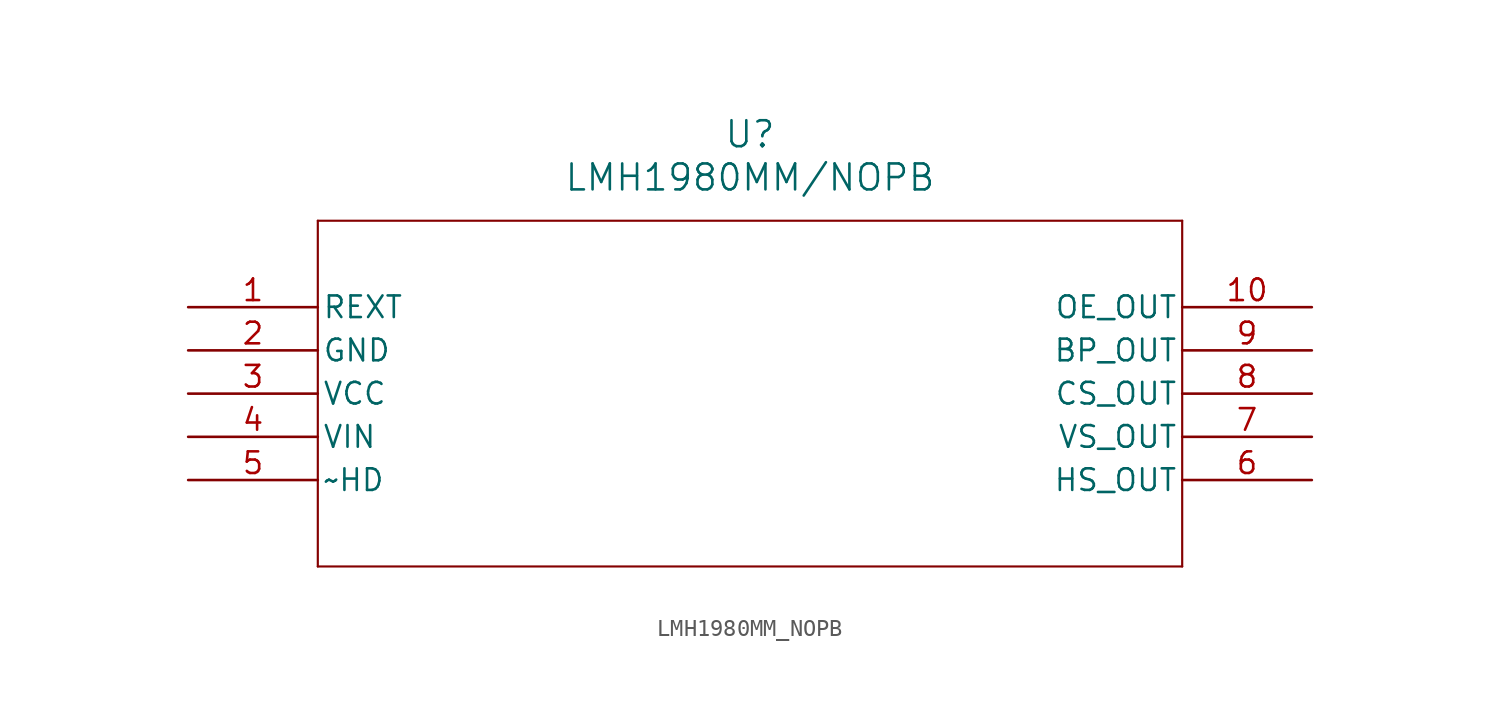
<source format=kicad_sym>
(kicad_symbol_lib
  (version 20231120)
  (generator "kicad_symbol_editor")
  (generator_version "8.0")
  (symbol "LMH1980MM_NOPB"
    (pin_names
      (offset 0.254))
    (property "Reference" "U"
      (at 33.02 10.16 0)
      (effects (font (size 1.524 1.524))))
    (property "Value" "LMH1980MM/NOPB"
      (at 33.02 7.62 0)
      (effects (font (size 1.524 1.524))))
    (symbol "LMH1980MM_NOPB_0_1"
      (polyline (pts (xy 7.62 -15.24) (xy 58.42 -15.24)) (stroke (width 0.127) (type default)) (fill (type none)))
      (polyline (pts (xy 7.62 5.08) (xy 7.62 -15.24)) (stroke (width 0.127) (type default)) (fill (type none)))
      (polyline (pts (xy 58.42 -15.24) (xy 58.42 5.08)) (stroke (width 0.127) (type default)) (fill (type none)))
      (polyline (pts (xy 58.42 5.08) (xy 7.62 5.08)) (stroke (width 0.127) (type default)) (fill (type none)))
      (pin passive line (at 0 0 0) (length 7.62) (name "REXT" (effects (font (size 1.27 1.27)))) (number "1" (effects (font (size 1.27 1.27)))))
      (pin output line (at 66.04 0 180) (length 7.62) (name "OE_OUT" (effects (font (size 1.27 1.27)))) (number "10" (effects (font (size 1.27 1.27)))))
      (pin power_in line (at 0 -2.54 0) (length 7.62) (name "GND" (effects (font (size 1.27 1.27)))) (number "2" (effects (font (size 1.27 1.27)))))
      (pin power_in line (at 0 -5.08 0) (length 7.62) (name "VCC" (effects (font (size 1.27 1.27)))) (number "3" (effects (font (size 1.27 1.27)))))
      (pin input line (at 0 -7.62 0) (length 7.62) (name "VIN" (effects (font (size 1.27 1.27)))) (number "4" (effects (font (size 1.27 1.27)))))
      (pin output line (at 0 -10.16 0) (length 7.62) (name "~HD" (effects (font (size 1.27 1.27)))) (number "5" (effects (font (size 1.27 1.27)))))
      (pin output line (at 66.04 -10.16 180) (length 7.62) (name "HS_OUT" (effects (font (size 1.27 1.27)))) (number "6" (effects (font (size 1.27 1.27)))))
      (pin output line (at 66.04 -7.62 180) (length 7.62) (name "VS_OUT" (effects (font (size 1.27 1.27)))) (number "7" (effects (font (size 1.27 1.27)))))
      (pin output line (at 66.04 -5.08 180) (length 7.62) (name "CS_OUT" (effects (font (size 1.27 1.27)))) (number "8" (effects (font (size 1.27 1.27)))))
      (pin output line (at 66.04 -2.54 180) (length 7.62) (name "BP_OUT" (effects (font (size 1.27 1.27)))) (number "9" (effects (font (size 1.27 1.27))))))))
</source>
